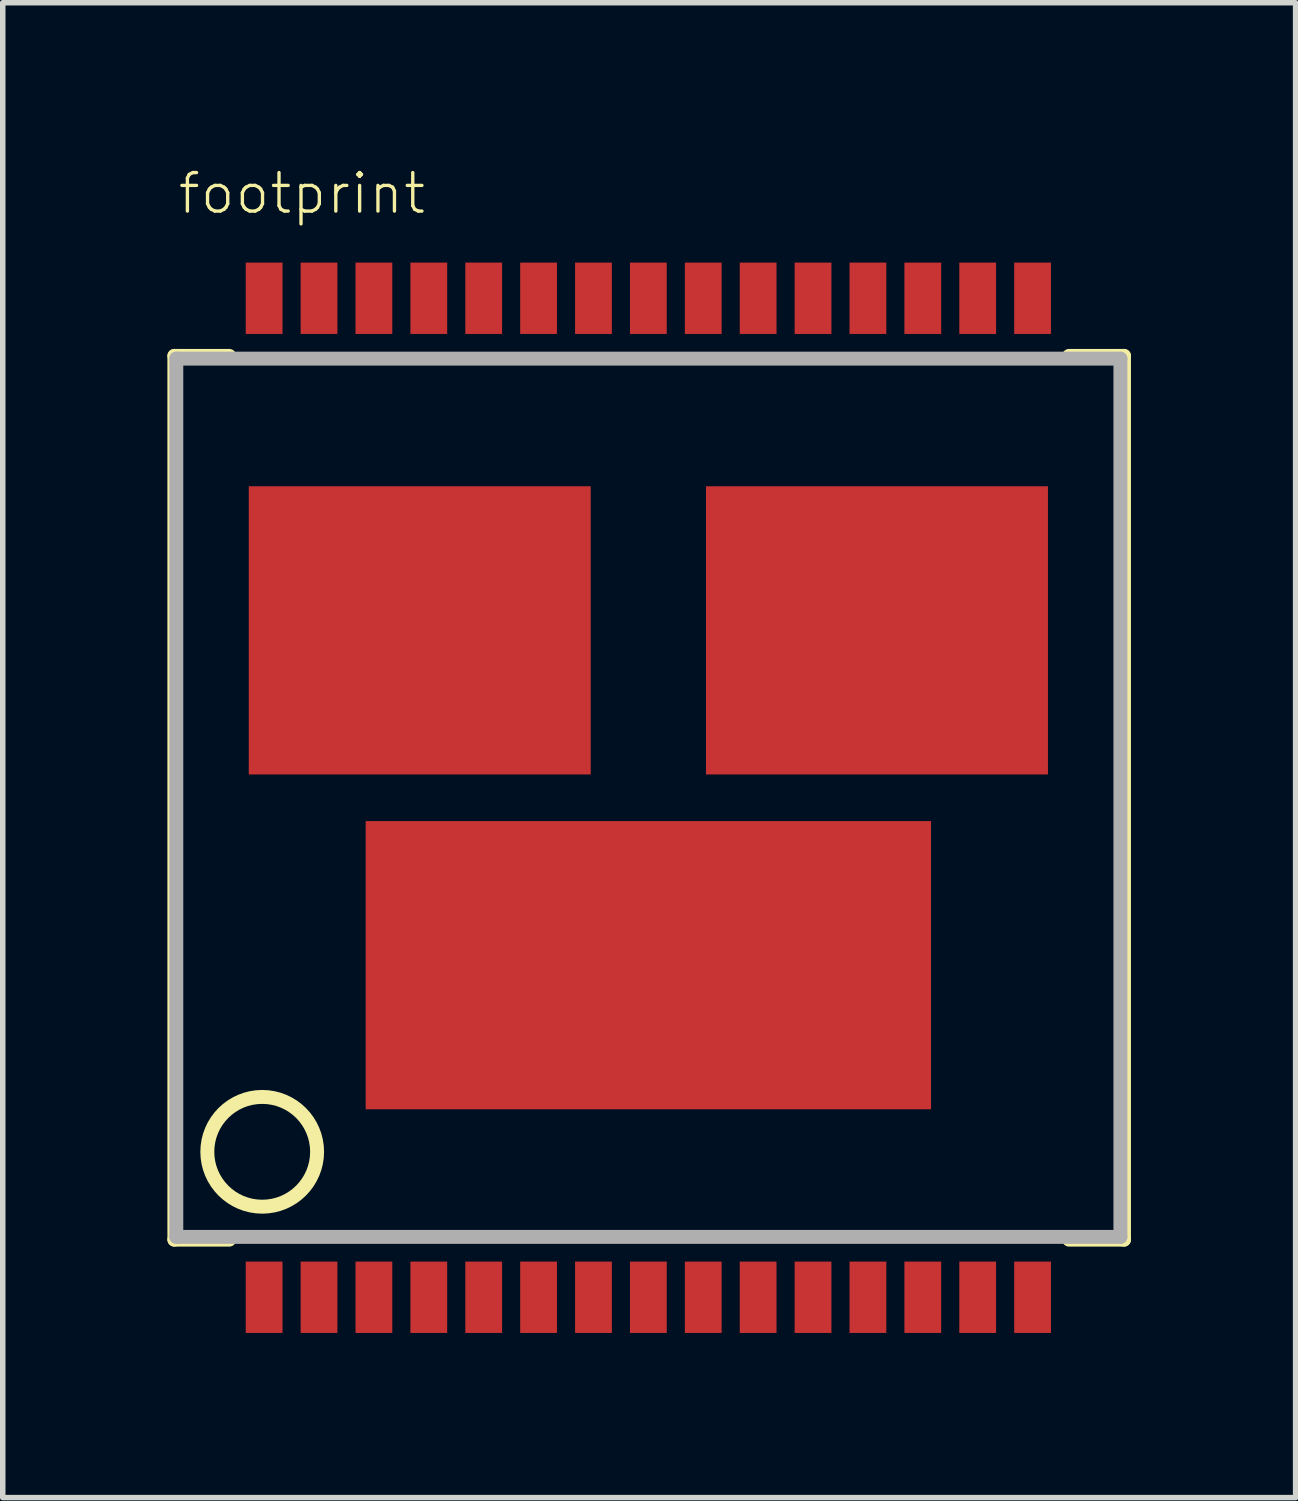
<source format=kicad_pcb>
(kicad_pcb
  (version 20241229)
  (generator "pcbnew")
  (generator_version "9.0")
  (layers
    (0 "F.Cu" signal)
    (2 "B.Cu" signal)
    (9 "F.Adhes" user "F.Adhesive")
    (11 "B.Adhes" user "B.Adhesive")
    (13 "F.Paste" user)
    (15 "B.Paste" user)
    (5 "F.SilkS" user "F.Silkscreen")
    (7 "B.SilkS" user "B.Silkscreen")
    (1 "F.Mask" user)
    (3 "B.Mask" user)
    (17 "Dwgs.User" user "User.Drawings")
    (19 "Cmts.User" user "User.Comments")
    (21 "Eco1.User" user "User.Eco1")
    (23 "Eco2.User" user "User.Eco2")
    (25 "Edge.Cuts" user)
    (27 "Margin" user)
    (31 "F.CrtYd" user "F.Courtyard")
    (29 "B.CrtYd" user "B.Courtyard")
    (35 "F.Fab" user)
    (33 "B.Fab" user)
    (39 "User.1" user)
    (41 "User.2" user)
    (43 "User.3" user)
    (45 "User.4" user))
  (footprint "footprint"
    (layer "F.Cu")
    (at 8.762 11.484)
    (property "Reference" "footprint" (at -8.605 -10.6 0) (layer "F.SilkS") (effects (font (size 0.701 0.701) (thickness 0.061)) (justify left bottom)))
    (fp_line (start -8.635 -8.05) (end -7.635 -8.05) (stroke (width 0.254) (type solid)) (layer "F.SilkS"))
    (fp_line (start -8.635 8.05) (end -8.635 -8.05) (stroke (width 0.254) (type solid)) (layer "F.SilkS"))
    (fp_line (start -7.635 8.05) (end -8.635 8.05) (stroke (width 0.254) (type solid)) (layer "F.SilkS"))
    (fp_line (start 7.665 -8.05) (end 8.665 -8.05) (stroke (width 0.254) (type solid)) (layer "F.SilkS"))
    (fp_line (start 8.665 -8.05) (end 8.665 8.05) (stroke (width 0.254) (type solid)) (layer "F.SilkS"))
    (fp_line (start 8.665 8.05) (end 7.665 8.05) (stroke (width 0.254) (type solid)) (layer "F.SilkS"))
    (fp_circle (center -7.035 6.45) (end -6.035 6.45) (stroke (width 0.254) (type solid)) (fill no) (layer "F.SilkS"))
    (fp_line (start -8.6 -8) (end 8.6 -8) (stroke (width 0.254) (type solid)) (layer "F.Fab"))
    (fp_line (start -8.6 8) (end -8.6 -8) (stroke (width 0.254) (type solid)) (layer "F.Fab"))
    (fp_line (start -8.6 8) (end 8.6 8) (stroke (width 0.254) (type solid)) (layer "F.Fab"))
    (fp_line (start 8.6 -8) (end 8.6 8) (stroke (width 0.254) (type solid)) (layer "F.Fab"))
    (pad "1" smd rect (at -7 9.1) (size 0.67 1.3) (layers "F.Cu" "F.Mask" "F.Paste"))
    (pad "2" smd rect (at -6 9.1) (size 0.67 1.3) (layers "F.Cu" "F.Mask" "F.Paste"))
    (pad "3" smd rect (at -5 9.1) (size 0.67 1.3) (layers "F.Cu" "F.Mask" "F.Paste"))
    (pad "4" smd rect (at -4 9.1) (size 0.67 1.3) (layers "F.Cu" "F.Mask" "F.Paste"))
    (pad "5" smd rect (at -3 9.1) (size 0.67 1.3) (layers "F.Cu" "F.Mask" "F.Paste"))
    (pad "6" smd rect (at -2 9.1) (size 0.67 1.3) (layers "F.Cu" "F.Mask" "F.Paste"))
    (pad "7" smd rect (at -1 9.1) (size 0.67 1.3) (layers "F.Cu" "F.Mask" "F.Paste"))
    (pad "8" smd rect (at 0 9.1) (size 0.67 1.3) (layers "F.Cu" "F.Mask" "F.Paste"))
    (pad "9" smd rect (at 1 9.1) (size 0.67 1.3) (layers "F.Cu" "F.Mask" "F.Paste"))
    (pad "10" smd rect (at 2 9.1) (size 0.67 1.3) (layers "F.Cu" "F.Mask" "F.Paste"))
    (pad "11" smd rect (at 3 9.1) (size 0.67 1.3) (layers "F.Cu" "F.Mask" "F.Paste"))
    (pad "12" smd rect (at 4 9.1) (size 0.67 1.3) (layers "F.Cu" "F.Mask" "F.Paste"))
    (pad "13" smd rect (at 5 9.1) (size 0.67 1.3) (layers "F.Cu" "F.Mask" "F.Paste"))
    (pad "14" smd rect (at 6 9.1) (size 0.67 1.3) (layers "F.Cu" "F.Mask" "F.Paste"))
    (pad "15" smd rect (at 7 9.1) (size 0.67 1.3) (layers "F.Cu" "F.Mask" "F.Paste"))
    (pad "16" smd rect (at 7 -9.1) (size 0.67 1.3) (layers "F.Cu" "F.Mask" "F.Paste"))
    (pad "17" smd rect (at 6 -9.1) (size 0.67 1.3) (layers "F.Cu" "F.Mask" "F.Paste"))
    (pad "18" smd rect (at 5 -9.1) (size 0.67 1.3) (layers "F.Cu" "F.Mask" "F.Paste"))
    (pad "19" smd rect (at 4 -9.1) (size 0.67 1.3) (layers "F.Cu" "F.Mask" "F.Paste"))
    (pad "20" smd rect (at 3 -9.1) (size 0.67 1.3) (layers "F.Cu" "F.Mask" "F.Paste"))
    (pad "21" smd rect (at 2 -9.1) (size 0.67 1.3) (layers "F.Cu" "F.Mask" "F.Paste"))
    (pad "22" smd rect (at 1 -9.1) (size 0.67 1.3) (layers "F.Cu" "F.Mask" "F.Paste"))
    (pad "23" smd rect (at 0 -9.1) (size 0.67 1.3) (layers "F.Cu" "F.Mask" "F.Paste"))
    (pad "24" smd rect (at -1 -9.1) (size 0.67 1.3) (layers "F.Cu" "F.Mask" "F.Paste"))
    (pad "25" smd rect (at -2 -9.1) (size 0.67 1.3) (layers "F.Cu" "F.Mask" "F.Paste"))
    (pad "26" smd rect (at -3 -9.1) (size 0.67 1.3) (layers "F.Cu" "F.Mask" "F.Paste"))
    (pad "27" smd rect (at -4 -9.1) (size 0.67 1.3) (layers "F.Cu" "F.Mask" "F.Paste"))
    (pad "28" smd rect (at -5 -9.1) (size 0.67 1.3) (layers "F.Cu" "F.Mask" "F.Paste"))
    (pad "29" smd rect (at -6 -9.1) (size 0.67 1.3) (layers "F.Cu" "F.Mask" "F.Paste"))
    (pad "30" smd rect (at -7 -9.1) (size 0.67 1.3) (layers "F.Cu" "F.Mask" "F.Paste"))
    (pad "SLUG1" smd rect (at 0 3.05) (size 10.3 5.25) (layers "F.Cu" "F.Mask" "F.Paste"))
    (pad "SLUG2" smd rect (at 4.165 -3.05) (size 6.23 5.25) (layers "F.Cu" "F.Mask" "F.Paste"))
    (pad "SLUG3" smd rect (at -4.165 -3.05) (size 6.23 5.25) (layers "F.Cu" "F.Mask" "F.Paste")))
  (gr_rect
    (start -3 -3)
    (end 20.554 24.234)
    (stroke (width 0.1) (type default))
    (fill no)
    (layer "Edge.Cuts")))
</source>
